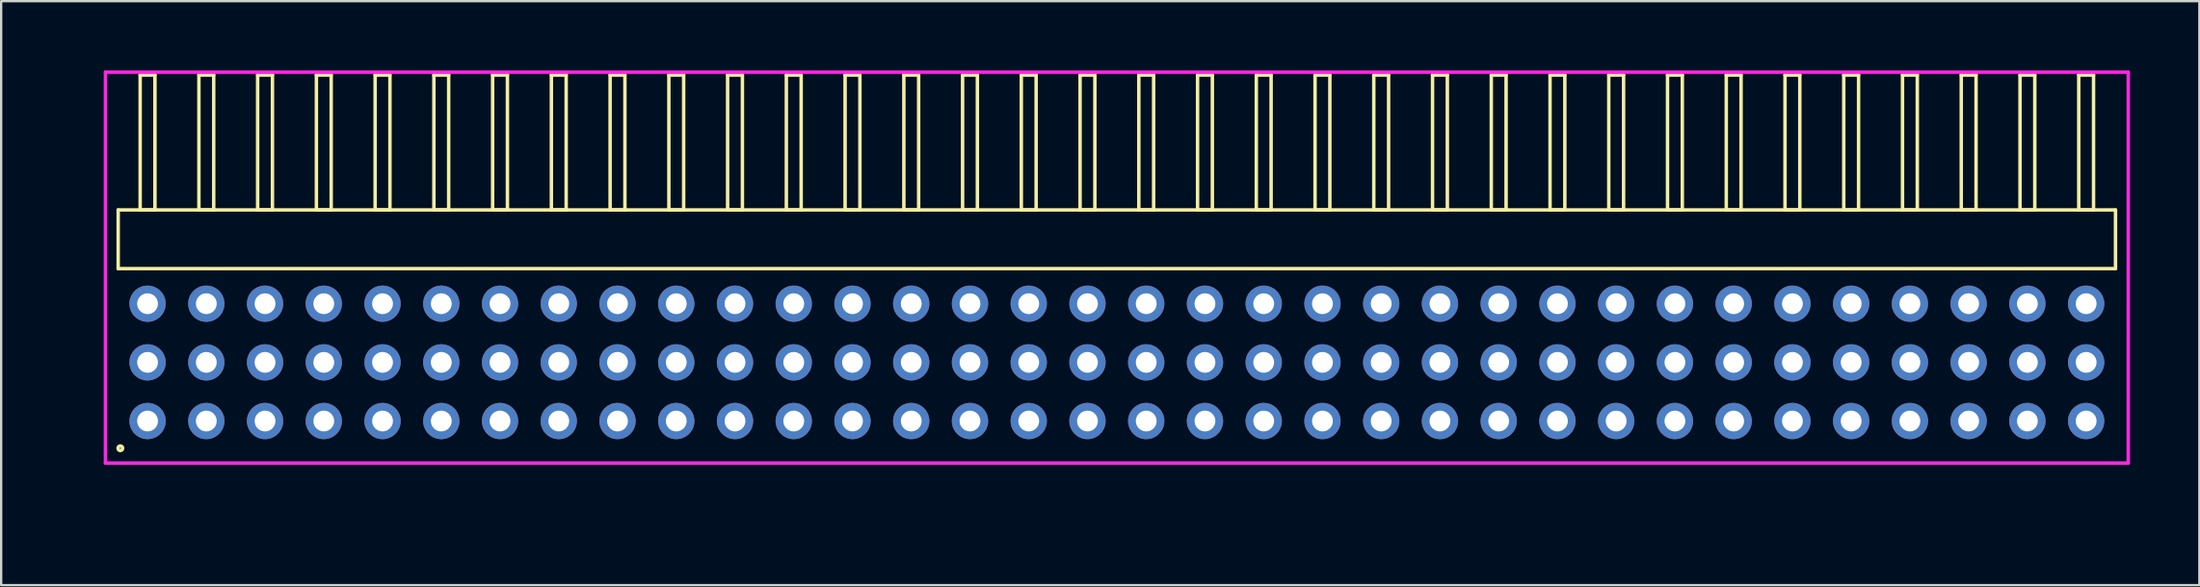
<source format=kicad_pcb>
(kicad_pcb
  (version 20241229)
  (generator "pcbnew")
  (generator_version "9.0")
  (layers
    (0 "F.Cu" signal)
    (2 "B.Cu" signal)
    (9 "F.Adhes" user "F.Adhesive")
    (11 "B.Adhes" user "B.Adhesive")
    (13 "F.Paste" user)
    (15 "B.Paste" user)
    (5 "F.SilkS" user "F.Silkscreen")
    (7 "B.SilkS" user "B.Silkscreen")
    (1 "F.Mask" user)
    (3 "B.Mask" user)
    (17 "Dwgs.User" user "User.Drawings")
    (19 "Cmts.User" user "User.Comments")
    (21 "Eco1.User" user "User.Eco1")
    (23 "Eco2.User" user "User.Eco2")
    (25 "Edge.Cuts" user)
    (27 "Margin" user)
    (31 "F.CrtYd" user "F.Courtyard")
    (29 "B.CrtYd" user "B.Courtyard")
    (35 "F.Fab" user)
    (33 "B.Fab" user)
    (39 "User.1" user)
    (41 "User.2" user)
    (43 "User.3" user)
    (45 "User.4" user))
  (footprint "HDR_RA254P34x3"
    (layer "F.Cu")
    (at 45.24 12.64)
    (property "Reference" "HDR_RA254P34x3" (at -44.48 0 90) (layer "User.1") (effects (font (size 1 1) (thickness 0.1))))
    (attr through_hole)
    (fp_line (start -43.18 -6.6) (end -43.18 -4.06) (stroke (width 0.15) (type solid)) (layer "F.SilkS"))
    (fp_line (start -43.18 -4.06) (end 43.18 -4.06) (stroke (width 0.15) (type solid)) (layer "F.SilkS"))
    (fp_line (start -42.23 -12.44) (end -42.23 -6.6) (stroke (width 0.15) (type solid)) (layer "F.SilkS"))
    (fp_line (start -42.23 -6.6) (end -41.59 -6.6) (stroke (width 0.15) (type solid)) (layer "F.SilkS"))
    (fp_line (start -41.59 -12.44) (end -42.23 -12.44) (stroke (width 0.15) (type solid)) (layer "F.SilkS"))
    (fp_line (start -41.59 -6.6) (end -41.59 -12.44) (stroke (width 0.15) (type solid)) (layer "F.SilkS"))
    (fp_line (start -39.69 -12.44) (end -39.69 -6.6) (stroke (width 0.15) (type solid)) (layer "F.SilkS"))
    (fp_line (start -39.69 -6.6) (end -39.05 -6.6) (stroke (width 0.15) (type solid)) (layer "F.SilkS"))
    (fp_line (start -39.05 -12.44) (end -39.69 -12.44) (stroke (width 0.15) (type solid)) (layer "F.SilkS"))
    (fp_line (start -39.05 -6.6) (end -39.05 -12.44) (stroke (width 0.15) (type solid)) (layer "F.SilkS"))
    (fp_line (start -37.15 -12.44) (end -37.15 -6.6) (stroke (width 0.15) (type solid)) (layer "F.SilkS"))
    (fp_line (start -37.15 -6.6) (end -36.51 -6.6) (stroke (width 0.15) (type solid)) (layer "F.SilkS"))
    (fp_line (start -36.51 -12.44) (end -37.15 -12.44) (stroke (width 0.15) (type solid)) (layer "F.SilkS"))
    (fp_line (start -36.51 -6.6) (end -36.51 -12.44) (stroke (width 0.15) (type solid)) (layer "F.SilkS"))
    (fp_line (start -34.61 -12.44) (end -34.61 -6.6) (stroke (width 0.15) (type solid)) (layer "F.SilkS"))
    (fp_line (start -34.61 -6.6) (end -33.97 -6.6) (stroke (width 0.15) (type solid)) (layer "F.SilkS"))
    (fp_line (start -33.97 -12.44) (end -34.61 -12.44) (stroke (width 0.15) (type solid)) (layer "F.SilkS"))
    (fp_line (start -33.97 -6.6) (end -33.97 -12.44) (stroke (width 0.15) (type solid)) (layer "F.SilkS"))
    (fp_line (start -32.07 -12.44) (end -32.07 -6.6) (stroke (width 0.15) (type solid)) (layer "F.SilkS"))
    (fp_line (start -32.07 -6.6) (end -31.43 -6.6) (stroke (width 0.15) (type solid)) (layer "F.SilkS"))
    (fp_line (start -31.43 -12.44) (end -32.07 -12.44) (stroke (width 0.15) (type solid)) (layer "F.SilkS"))
    (fp_line (start -31.43 -6.6) (end -31.43 -12.44) (stroke (width 0.15) (type solid)) (layer "F.SilkS"))
    (fp_line (start -29.53 -12.44) (end -29.53 -6.6) (stroke (width 0.15) (type solid)) (layer "F.SilkS"))
    (fp_line (start -29.53 -6.6) (end -28.89 -6.6) (stroke (width 0.15) (type solid)) (layer "F.SilkS"))
    (fp_line (start -28.89 -12.44) (end -29.53 -12.44) (stroke (width 0.15) (type solid)) (layer "F.SilkS"))
    (fp_line (start -28.89 -6.6) (end -28.89 -12.44) (stroke (width 0.15) (type solid)) (layer "F.SilkS"))
    (fp_line (start -26.99 -12.44) (end -26.99 -6.6) (stroke (width 0.15) (type solid)) (layer "F.SilkS"))
    (fp_line (start -26.99 -6.6) (end -26.35 -6.6) (stroke (width 0.15) (type solid)) (layer "F.SilkS"))
    (fp_line (start -26.35 -12.44) (end -26.99 -12.44) (stroke (width 0.15) (type solid)) (layer "F.SilkS"))
    (fp_line (start -26.35 -6.6) (end -26.35 -12.44) (stroke (width 0.15) (type solid)) (layer "F.SilkS"))
    (fp_line (start -24.45 -12.44) (end -24.45 -6.6) (stroke (width 0.15) (type solid)) (layer "F.SilkS"))
    (fp_line (start -24.45 -6.6) (end -23.81 -6.6) (stroke (width 0.15) (type solid)) (layer "F.SilkS"))
    (fp_line (start -23.81 -12.44) (end -24.45 -12.44) (stroke (width 0.15) (type solid)) (layer "F.SilkS"))
    (fp_line (start -23.81 -6.6) (end -23.81 -12.44) (stroke (width 0.15) (type solid)) (layer "F.SilkS"))
    (fp_line (start -21.91 -12.44) (end -21.91 -6.6) (stroke (width 0.15) (type solid)) (layer "F.SilkS"))
    (fp_line (start -21.91 -6.6) (end -21.27 -6.6) (stroke (width 0.15) (type solid)) (layer "F.SilkS"))
    (fp_line (start -21.27 -12.44) (end -21.91 -12.44) (stroke (width 0.15) (type solid)) (layer "F.SilkS"))
    (fp_line (start -21.27 -6.6) (end -21.27 -12.44) (stroke (width 0.15) (type solid)) (layer "F.SilkS"))
    (fp_line (start -19.37 -12.44) (end -19.37 -6.6) (stroke (width 0.15) (type solid)) (layer "F.SilkS"))
    (fp_line (start -19.37 -6.6) (end -18.73 -6.6) (stroke (width 0.15) (type solid)) (layer "F.SilkS"))
    (fp_line (start -18.73 -12.44) (end -19.37 -12.44) (stroke (width 0.15) (type solid)) (layer "F.SilkS"))
    (fp_line (start -18.73 -6.6) (end -18.73 -12.44) (stroke (width 0.15) (type solid)) (layer "F.SilkS"))
    (fp_line (start -16.83 -12.44) (end -16.83 -6.6) (stroke (width 0.15) (type solid)) (layer "F.SilkS"))
    (fp_line (start -16.83 -6.6) (end -16.19 -6.6) (stroke (width 0.15) (type solid)) (layer "F.SilkS"))
    (fp_line (start -16.19 -12.44) (end -16.83 -12.44) (stroke (width 0.15) (type solid)) (layer "F.SilkS"))
    (fp_line (start -16.19 -6.6) (end -16.19 -12.44) (stroke (width 0.15) (type solid)) (layer "F.SilkS"))
    (fp_line (start -14.29 -12.44) (end -14.29 -6.6) (stroke (width 0.15) (type solid)) (layer "F.SilkS"))
    (fp_line (start -14.29 -6.6) (end -13.65 -6.6) (stroke (width 0.15) (type solid)) (layer "F.SilkS"))
    (fp_line (start -13.65 -12.44) (end -14.29 -12.44) (stroke (width 0.15) (type solid)) (layer "F.SilkS"))
    (fp_line (start -13.65 -6.6) (end -13.65 -12.44) (stroke (width 0.15) (type solid)) (layer "F.SilkS"))
    (fp_line (start -11.75 -12.44) (end -11.75 -6.6) (stroke (width 0.15) (type solid)) (layer "F.SilkS"))
    (fp_line (start -11.75 -6.6) (end -11.11 -6.6) (stroke (width 0.15) (type solid)) (layer "F.SilkS"))
    (fp_line (start -11.11 -12.44) (end -11.75 -12.44) (stroke (width 0.15) (type solid)) (layer "F.SilkS"))
    (fp_line (start -11.11 -6.6) (end -11.11 -12.44) (stroke (width 0.15) (type solid)) (layer "F.SilkS"))
    (fp_line (start -9.21 -12.44) (end -9.21 -6.6) (stroke (width 0.15) (type solid)) (layer "F.SilkS"))
    (fp_line (start -9.21 -6.6) (end -8.57 -6.6) (stroke (width 0.15) (type solid)) (layer "F.SilkS"))
    (fp_line (start -8.57 -12.44) (end -9.21 -12.44) (stroke (width 0.15) (type solid)) (layer "F.SilkS"))
    (fp_line (start -8.57 -6.6) (end -8.57 -12.44) (stroke (width 0.15) (type solid)) (layer "F.SilkS"))
    (fp_line (start -6.67 -12.44) (end -6.67 -6.6) (stroke (width 0.15) (type solid)) (layer "F.SilkS"))
    (fp_line (start -6.67 -6.6) (end -6.03 -6.6) (stroke (width 0.15) (type solid)) (layer "F.SilkS"))
    (fp_line (start -6.03 -12.44) (end -6.67 -12.44) (stroke (width 0.15) (type solid)) (layer "F.SilkS"))
    (fp_line (start -6.03 -6.6) (end -6.03 -12.44) (stroke (width 0.15) (type solid)) (layer "F.SilkS"))
    (fp_line (start -4.13 -12.44) (end -4.13 -6.6) (stroke (width 0.15) (type solid)) (layer "F.SilkS"))
    (fp_line (start -4.13 -6.6) (end -3.49 -6.6) (stroke (width 0.15) (type solid)) (layer "F.SilkS"))
    (fp_line (start -3.49 -12.44) (end -4.13 -12.44) (stroke (width 0.15) (type solid)) (layer "F.SilkS"))
    (fp_line (start -3.49 -6.6) (end -3.49 -12.44) (stroke (width 0.15) (type solid)) (layer "F.SilkS"))
    (fp_line (start -1.59 -12.44) (end -1.59 -6.6) (stroke (width 0.15) (type solid)) (layer "F.SilkS"))
    (fp_line (start -1.59 -6.6) (end -0.95 -6.6) (stroke (width 0.15) (type solid)) (layer "F.SilkS"))
    (fp_line (start -0.95 -12.44) (end -1.59 -12.44) (stroke (width 0.15) (type solid)) (layer "F.SilkS"))
    (fp_line (start -0.95 -6.6) (end -0.95 -12.44) (stroke (width 0.15) (type solid)) (layer "F.SilkS"))
    (fp_line (start 0.95 -12.44) (end 0.95 -6.6) (stroke (width 0.15) (type solid)) (layer "F.SilkS"))
    (fp_line (start 0.95 -6.6) (end 1.59 -6.6) (stroke (width 0.15) (type solid)) (layer "F.SilkS"))
    (fp_line (start 1.59 -12.44) (end 0.95 -12.44) (stroke (width 0.15) (type solid)) (layer "F.SilkS"))
    (fp_line (start 1.59 -6.6) (end 1.59 -12.44) (stroke (width 0.15) (type solid)) (layer "F.SilkS"))
    (fp_line (start 3.49 -12.44) (end 3.49 -6.6) (stroke (width 0.15) (type solid)) (layer "F.SilkS"))
    (fp_line (start 3.49 -6.6) (end 4.13 -6.6) (stroke (width 0.15) (type solid)) (layer "F.SilkS"))
    (fp_line (start 4.13 -12.44) (end 3.49 -12.44) (stroke (width 0.15) (type solid)) (layer "F.SilkS"))
    (fp_line (start 4.13 -6.6) (end 4.13 -12.44) (stroke (width 0.15) (type solid)) (layer "F.SilkS"))
    (fp_line (start 6.03 -12.44) (end 6.03 -6.6) (stroke (width 0.15) (type solid)) (layer "F.SilkS"))
    (fp_line (start 6.03 -6.6) (end 6.67 -6.6) (stroke (width 0.15) (type solid)) (layer "F.SilkS"))
    (fp_line (start 6.67 -12.44) (end 6.03 -12.44) (stroke (width 0.15) (type solid)) (layer "F.SilkS"))
    (fp_line (start 6.67 -6.6) (end 6.67 -12.44) (stroke (width 0.15) (type solid)) (layer "F.SilkS"))
    (fp_line (start 8.57 -12.44) (end 8.57 -6.6) (stroke (width 0.15) (type solid)) (layer "F.SilkS"))
    (fp_line (start 8.57 -6.6) (end 9.21 -6.6) (stroke (width 0.15) (type solid)) (layer "F.SilkS"))
    (fp_line (start 9.21 -12.44) (end 8.57 -12.44) (stroke (width 0.15) (type solid)) (layer "F.SilkS"))
    (fp_line (start 9.21 -6.6) (end 9.21 -12.44) (stroke (width 0.15) (type solid)) (layer "F.SilkS"))
    (fp_line (start 11.11 -12.44) (end 11.11 -6.6) (stroke (width 0.15) (type solid)) (layer "F.SilkS"))
    (fp_line (start 11.11 -6.6) (end 11.75 -6.6) (stroke (width 0.15) (type solid)) (layer "F.SilkS"))
    (fp_line (start 11.75 -12.44) (end 11.11 -12.44) (stroke (width 0.15) (type solid)) (layer "F.SilkS"))
    (fp_line (start 11.75 -6.6) (end 11.75 -12.44) (stroke (width 0.15) (type solid)) (layer "F.SilkS"))
    (fp_line (start 13.65 -12.44) (end 13.65 -6.6) (stroke (width 0.15) (type solid)) (layer "F.SilkS"))
    (fp_line (start 13.65 -6.6) (end 14.29 -6.6) (stroke (width 0.15) (type solid)) (layer "F.SilkS"))
    (fp_line (start 14.29 -12.44) (end 13.65 -12.44) (stroke (width 0.15) (type solid)) (layer "F.SilkS"))
    (fp_line (start 14.29 -6.6) (end 14.29 -12.44) (stroke (width 0.15) (type solid)) (layer "F.SilkS"))
    (fp_line (start 16.19 -12.44) (end 16.19 -6.6) (stroke (width 0.15) (type solid)) (layer "F.SilkS"))
    (fp_line (start 16.19 -6.6) (end 16.83 -6.6) (stroke (width 0.15) (type solid)) (layer "F.SilkS"))
    (fp_line (start 16.83 -12.44) (end 16.19 -12.44) (stroke (width 0.15) (type solid)) (layer "F.SilkS"))
    (fp_line (start 16.83 -6.6) (end 16.83 -12.44) (stroke (width 0.15) (type solid)) (layer "F.SilkS"))
    (fp_line (start 18.73 -12.44) (end 18.73 -6.6) (stroke (width 0.15) (type solid)) (layer "F.SilkS"))
    (fp_line (start 18.73 -6.6) (end 19.37 -6.6) (stroke (width 0.15) (type solid)) (layer "F.SilkS"))
    (fp_line (start 19.37 -12.44) (end 18.73 -12.44) (stroke (width 0.15) (type solid)) (layer "F.SilkS"))
    (fp_line (start 19.37 -6.6) (end 19.37 -12.44) (stroke (width 0.15) (type solid)) (layer "F.SilkS"))
    (fp_line (start 21.27 -12.44) (end 21.27 -6.6) (stroke (width 0.15) (type solid)) (layer "F.SilkS"))
    (fp_line (start 21.27 -6.6) (end 21.91 -6.6) (stroke (width 0.15) (type solid)) (layer "F.SilkS"))
    (fp_line (start 21.91 -12.44) (end 21.27 -12.44) (stroke (width 0.15) (type solid)) (layer "F.SilkS"))
    (fp_line (start 21.91 -6.6) (end 21.91 -12.44) (stroke (width 0.15) (type solid)) (layer "F.SilkS"))
    (fp_line (start 23.81 -12.44) (end 23.81 -6.6) (stroke (width 0.15) (type solid)) (layer "F.SilkS"))
    (fp_line (start 23.81 -6.6) (end 24.45 -6.6) (stroke (width 0.15) (type solid)) (layer "F.SilkS"))
    (fp_line (start 24.45 -12.44) (end 23.81 -12.44) (stroke (width 0.15) (type solid)) (layer "F.SilkS"))
    (fp_line (start 24.45 -6.6) (end 24.45 -12.44) (stroke (width 0.15) (type solid)) (layer "F.SilkS"))
    (fp_line (start 26.35 -12.44) (end 26.35 -6.6) (stroke (width 0.15) (type solid)) (layer "F.SilkS"))
    (fp_line (start 26.35 -6.6) (end 26.99 -6.6) (stroke (width 0.15) (type solid)) (layer "F.SilkS"))
    (fp_line (start 26.99 -12.44) (end 26.35 -12.44) (stroke (width 0.15) (type solid)) (layer "F.SilkS"))
    (fp_line (start 26.99 -6.6) (end 26.99 -12.44) (stroke (width 0.15) (type solid)) (layer "F.SilkS"))
    (fp_line (start 28.89 -12.44) (end 28.89 -6.6) (stroke (width 0.15) (type solid)) (layer "F.SilkS"))
    (fp_line (start 28.89 -6.6) (end 29.53 -6.6) (stroke (width 0.15) (type solid)) (layer "F.SilkS"))
    (fp_line (start 29.53 -12.44) (end 28.89 -12.44) (stroke (width 0.15) (type solid)) (layer "F.SilkS"))
    (fp_line (start 29.53 -6.6) (end 29.53 -12.44) (stroke (width 0.15) (type solid)) (layer "F.SilkS"))
    (fp_line (start 31.43 -12.44) (end 31.43 -6.6) (stroke (width 0.15) (type solid)) (layer "F.SilkS"))
    (fp_line (start 31.43 -6.6) (end 32.07 -6.6) (stroke (width 0.15) (type solid)) (layer "F.SilkS"))
    (fp_line (start 32.07 -12.44) (end 31.43 -12.44) (stroke (width 0.15) (type solid)) (layer "F.SilkS"))
    (fp_line (start 32.07 -6.6) (end 32.07 -12.44) (stroke (width 0.15) (type solid)) (layer "F.SilkS"))
    (fp_line (start 33.97 -12.44) (end 33.97 -6.6) (stroke (width 0.15) (type solid)) (layer "F.SilkS"))
    (fp_line (start 33.97 -6.6) (end 34.61 -6.6) (stroke (width 0.15) (type solid)) (layer "F.SilkS"))
    (fp_line (start 34.61 -12.44) (end 33.97 -12.44) (stroke (width 0.15) (type solid)) (layer "F.SilkS"))
    (fp_line (start 34.61 -6.6) (end 34.61 -12.44) (stroke (width 0.15) (type solid)) (layer "F.SilkS"))
    (fp_line (start 36.51 -12.44) (end 36.51 -6.6) (stroke (width 0.15) (type solid)) (layer "F.SilkS"))
    (fp_line (start 36.51 -6.6) (end 37.15 -6.6) (stroke (width 0.15) (type solid)) (layer "F.SilkS"))
    (fp_line (start 37.15 -12.44) (end 36.51 -12.44) (stroke (width 0.15) (type solid)) (layer "F.SilkS"))
    (fp_line (start 37.15 -6.6) (end 37.15 -12.44) (stroke (width 0.15) (type solid)) (layer "F.SilkS"))
    (fp_line (start 39.05 -12.44) (end 39.05 -6.6) (stroke (width 0.15) (type solid)) (layer "F.SilkS"))
    (fp_line (start 39.05 -6.6) (end 39.69 -6.6) (stroke (width 0.15) (type solid)) (layer "F.SilkS"))
    (fp_line (start 39.69 -12.44) (end 39.05 -12.44) (stroke (width 0.15) (type solid)) (layer "F.SilkS"))
    (fp_line (start 39.69 -6.6) (end 39.69 -12.44) (stroke (width 0.15) (type solid)) (layer "F.SilkS"))
    (fp_line (start 41.59 -12.44) (end 41.59 -6.6) (stroke (width 0.15) (type solid)) (layer "F.SilkS"))
    (fp_line (start 41.59 -6.6) (end 42.23 -6.6) (stroke (width 0.15) (type solid)) (layer "F.SilkS"))
    (fp_line (start 42.23 -12.44) (end 41.59 -12.44) (stroke (width 0.15) (type solid)) (layer "F.SilkS"))
    (fp_line (start 42.23 -6.6) (end 42.23 -12.44) (stroke (width 0.15) (type solid)) (layer "F.SilkS"))
    (fp_line (start 43.18 -6.6) (end -43.18 -6.6) (stroke (width 0.15) (type solid)) (layer "F.SilkS"))
    (fp_line (start 43.18 -4.06) (end 43.18 -6.6) (stroke (width 0.15) (type solid)) (layer "F.SilkS"))
    (fp_circle (center -43.087 3.718) (end -42.987 3.718) (stroke (width 0.15) (type solid)) (fill no) (layer "F.SilkS"))
    (fp_line (start -43.73 -12.565) (end -43.73 4.36) (stroke (width 0.15) (type solid)) (layer "F.CrtYd"))
    (fp_line (start -43.73 4.36) (end 43.73 4.36) (stroke (width 0.15) (type solid)) (layer "F.CrtYd"))
    (fp_line (start 43.73 -12.565) (end -43.73 -12.565) (stroke (width 0.15) (type solid)) (layer "F.CrtYd"))
    (fp_line (start 43.73 4.36) (end 43.73 -12.565) (stroke (width 0.15) (type solid)) (layer "F.CrtYd"))
    (pad "1" thru_hole oval (at -41.91 2.54) (size 1.57 1.57) (drill 0.9) (layers "*.Cu" "*.Mask"))
    (pad "2" thru_hole oval (at -41.91 0) (size 1.57 1.57) (drill 0.9) (layers "*.Cu" "*.Mask"))
    (pad "3" thru_hole oval (at -41.91 -2.54) (size 1.57 1.57) (drill 0.9) (layers "*.Cu" "*.Mask"))
    (pad "4" thru_hole oval (at -39.37 2.54) (size 1.57 1.57) (drill 0.9) (layers "*.Cu" "*.Mask"))
    (pad "5" thru_hole oval (at -39.37 0) (size 1.57 1.57) (drill 0.9) (layers "*.Cu" "*.Mask"))
    (pad "6" thru_hole oval (at -39.37 -2.54) (size 1.57 1.57) (drill 0.9) (layers "*.Cu" "*.Mask"))
    (pad "7" thru_hole oval (at -36.83 2.54) (size 1.57 1.57) (drill 0.9) (layers "*.Cu" "*.Mask"))
    (pad "8" thru_hole oval (at -36.83 0) (size 1.57 1.57) (drill 0.9) (layers "*.Cu" "*.Mask"))
    (pad "9" thru_hole oval (at -36.83 -2.54) (size 1.57 1.57) (drill 0.9) (layers "*.Cu" "*.Mask"))
    (pad "10" thru_hole oval (at -34.29 2.54) (size 1.57 1.57) (drill 0.9) (layers "*.Cu" "*.Mask"))
    (pad "11" thru_hole oval (at -34.29 0) (size 1.57 1.57) (drill 0.9) (layers "*.Cu" "*.Mask"))
    (pad "12" thru_hole oval (at -34.29 -2.54) (size 1.57 1.57) (drill 0.9) (layers "*.Cu" "*.Mask"))
    (pad "13" thru_hole oval (at -31.75 2.54) (size 1.57 1.57) (drill 0.9) (layers "*.Cu" "*.Mask"))
    (pad "14" thru_hole oval (at -31.75 0) (size 1.57 1.57) (drill 0.9) (layers "*.Cu" "*.Mask"))
    (pad "15" thru_hole oval (at -31.75 -2.54) (size 1.57 1.57) (drill 0.9) (layers "*.Cu" "*.Mask"))
    (pad "16" thru_hole oval (at -29.21 2.54) (size 1.57 1.57) (drill 0.9) (layers "*.Cu" "*.Mask"))
    (pad "17" thru_hole oval (at -29.21 0) (size 1.57 1.57) (drill 0.9) (layers "*.Cu" "*.Mask"))
    (pad "18" thru_hole oval (at -29.21 -2.54) (size 1.57 1.57) (drill 0.9) (layers "*.Cu" "*.Mask"))
    (pad "19" thru_hole oval (at -26.67 2.54) (size 1.57 1.57) (drill 0.9) (layers "*.Cu" "*.Mask"))
    (pad "20" thru_hole oval (at -26.67 0) (size 1.57 1.57) (drill 0.9) (layers "*.Cu" "*.Mask"))
    (pad "21" thru_hole oval (at -26.67 -2.54) (size 1.57 1.57) (drill 0.9) (layers "*.Cu" "*.Mask"))
    (pad "22" thru_hole oval (at -24.13 2.54) (size 1.57 1.57) (drill 0.9) (layers "*.Cu" "*.Mask"))
    (pad "23" thru_hole oval (at -24.13 0) (size 1.57 1.57) (drill 0.9) (layers "*.Cu" "*.Mask"))
    (pad "24" thru_hole oval (at -24.13 -2.54) (size 1.57 1.57) (drill 0.9) (layers "*.Cu" "*.Mask"))
    (pad "25" thru_hole oval (at -21.59 2.54) (size 1.57 1.57) (drill 0.9) (layers "*.Cu" "*.Mask"))
    (pad "26" thru_hole oval (at -21.59 0) (size 1.57 1.57) (drill 0.9) (layers "*.Cu" "*.Mask"))
    (pad "27" thru_hole oval (at -21.59 -2.54) (size 1.57 1.57) (drill 0.9) (layers "*.Cu" "*.Mask"))
    (pad "28" thru_hole oval (at -19.05 2.54) (size 1.57 1.57) (drill 0.9) (layers "*.Cu" "*.Mask"))
    (pad "29" thru_hole oval (at -19.05 0) (size 1.57 1.57) (drill 0.9) (layers "*.Cu" "*.Mask"))
    (pad "30" thru_hole oval (at -19.05 -2.54) (size 1.57 1.57) (drill 0.9) (layers "*.Cu" "*.Mask"))
    (pad "31" thru_hole oval (at -16.51 2.54) (size 1.57 1.57) (drill 0.9) (layers "*.Cu" "*.Mask"))
    (pad "32" thru_hole oval (at -16.51 0) (size 1.57 1.57) (drill 0.9) (layers "*.Cu" "*.Mask"))
    (pad "33" thru_hole oval (at -16.51 -2.54) (size 1.57 1.57) (drill 0.9) (layers "*.Cu" "*.Mask"))
    (pad "34" thru_hole oval (at -13.97 2.54) (size 1.57 1.57) (drill 0.9) (layers "*.Cu" "*.Mask"))
    (pad "35" thru_hole oval (at -13.97 0) (size 1.57 1.57) (drill 0.9) (layers "*.Cu" "*.Mask"))
    (pad "36" thru_hole oval (at -13.97 -2.54) (size 1.57 1.57) (drill 0.9) (layers "*.Cu" "*.Mask"))
    (pad "37" thru_hole oval (at -11.43 2.54) (size 1.57 1.57) (drill 0.9) (layers "*.Cu" "*.Mask"))
    (pad "38" thru_hole oval (at -11.43 0) (size 1.57 1.57) (drill 0.9) (layers "*.Cu" "*.Mask"))
    (pad "39" thru_hole oval (at -11.43 -2.54) (size 1.57 1.57) (drill 0.9) (layers "*.Cu" "*.Mask"))
    (pad "40" thru_hole oval (at -8.89 2.54) (size 1.57 1.57) (drill 0.9) (layers "*.Cu" "*.Mask"))
    (pad "41" thru_hole oval (at -8.89 0) (size 1.57 1.57) (drill 0.9) (layers "*.Cu" "*.Mask"))
    (pad "42" thru_hole oval (at -8.89 -2.54) (size 1.57 1.57) (drill 0.9) (layers "*.Cu" "*.Mask"))
    (pad "43" thru_hole oval (at -6.35 2.54) (size 1.57 1.57) (drill 0.9) (layers "*.Cu" "*.Mask"))
    (pad "44" thru_hole oval (at -6.35 0) (size 1.57 1.57) (drill 0.9) (layers "*.Cu" "*.Mask"))
    (pad "45" thru_hole oval (at -6.35 -2.54) (size 1.57 1.57) (drill 0.9) (layers "*.Cu" "*.Mask"))
    (pad "46" thru_hole oval (at -3.81 2.54) (size 1.57 1.57) (drill 0.9) (layers "*.Cu" "*.Mask"))
    (pad "47" thru_hole oval (at -3.81 0) (size 1.57 1.57) (drill 0.9) (layers "*.Cu" "*.Mask"))
    (pad "48" thru_hole oval (at -3.81 -2.54) (size 1.57 1.57) (drill 0.9) (layers "*.Cu" "*.Mask"))
    (pad "49" thru_hole oval (at -1.27 2.54) (size 1.57 1.57) (drill 0.9) (layers "*.Cu" "*.Mask"))
    (pad "50" thru_hole oval (at -1.27 0) (size 1.57 1.57) (drill 0.9) (layers "*.Cu" "*.Mask"))
    (pad "51" thru_hole oval (at -1.27 -2.54) (size 1.57 1.57) (drill 0.9) (layers "*.Cu" "*.Mask"))
    (pad "52" thru_hole oval (at 1.27 2.54) (size 1.57 1.57) (drill 0.9) (layers "*.Cu" "*.Mask"))
    (pad "53" thru_hole oval (at 1.27 0) (size 1.57 1.57) (drill 0.9) (layers "*.Cu" "*.Mask"))
    (pad "54" thru_hole oval (at 1.27 -2.54) (size 1.57 1.57) (drill 0.9) (layers "*.Cu" "*.Mask"))
    (pad "55" thru_hole oval (at 3.81 2.54) (size 1.57 1.57) (drill 0.9) (layers "*.Cu" "*.Mask"))
    (pad "56" thru_hole oval (at 3.81 0) (size 1.57 1.57) (drill 0.9) (layers "*.Cu" "*.Mask"))
    (pad "57" thru_hole oval (at 3.81 -2.54) (size 1.57 1.57) (drill 0.9) (layers "*.Cu" "*.Mask"))
    (pad "58" thru_hole oval (at 6.35 2.54) (size 1.57 1.57) (drill 0.9) (layers "*.Cu" "*.Mask"))
    (pad "59" thru_hole oval (at 6.35 0) (size 1.57 1.57) (drill 0.9) (layers "*.Cu" "*.Mask"))
    (pad "60" thru_hole oval (at 6.35 -2.54) (size 1.57 1.57) (drill 0.9) (layers "*.Cu" "*.Mask"))
    (pad "61" thru_hole oval (at 8.89 2.54) (size 1.57 1.57) (drill 0.9) (layers "*.Cu" "*.Mask"))
    (pad "62" thru_hole oval (at 8.89 0) (size 1.57 1.57) (drill 0.9) (layers "*.Cu" "*.Mask"))
    (pad "63" thru_hole oval (at 8.89 -2.54) (size 1.57 1.57) (drill 0.9) (layers "*.Cu" "*.Mask"))
    (pad "64" thru_hole oval (at 11.43 2.54) (size 1.57 1.57) (drill 0.9) (layers "*.Cu" "*.Mask"))
    (pad "65" thru_hole oval (at 11.43 0) (size 1.57 1.57) (drill 0.9) (layers "*.Cu" "*.Mask"))
    (pad "66" thru_hole oval (at 11.43 -2.54) (size 1.57 1.57) (drill 0.9) (layers "*.Cu" "*.Mask"))
    (pad "67" thru_hole oval (at 13.97 2.54) (size 1.57 1.57) (drill 0.9) (layers "*.Cu" "*.Mask"))
    (pad "68" thru_hole oval (at 13.97 0) (size 1.57 1.57) (drill 0.9) (layers "*.Cu" "*.Mask"))
    (pad "69" thru_hole oval (at 13.97 -2.54) (size 1.57 1.57) (drill 0.9) (layers "*.Cu" "*.Mask"))
    (pad "70" thru_hole oval (at 16.51 2.54) (size 1.57 1.57) (drill 0.9) (layers "*.Cu" "*.Mask"))
    (pad "71" thru_hole oval (at 16.51 0) (size 1.57 1.57) (drill 0.9) (layers "*.Cu" "*.Mask"))
    (pad "72" thru_hole oval (at 16.51 -2.54) (size 1.57 1.57) (drill 0.9) (layers "*.Cu" "*.Mask"))
    (pad "73" thru_hole oval (at 19.05 2.54) (size 1.57 1.57) (drill 0.9) (layers "*.Cu" "*.Mask"))
    (pad "74" thru_hole oval (at 19.05 0) (size 1.57 1.57) (drill 0.9) (layers "*.Cu" "*.Mask"))
    (pad "75" thru_hole oval (at 19.05 -2.54) (size 1.57 1.57) (drill 0.9) (layers "*.Cu" "*.Mask"))
    (pad "76" thru_hole oval (at 21.59 2.54) (size 1.57 1.57) (drill 0.9) (layers "*.Cu" "*.Mask"))
    (pad "77" thru_hole oval (at 21.59 0) (size 1.57 1.57) (drill 0.9) (layers "*.Cu" "*.Mask"))
    (pad "78" thru_hole oval (at 21.59 -2.54) (size 1.57 1.57) (drill 0.9) (layers "*.Cu" "*.Mask"))
    (pad "79" thru_hole oval (at 24.13 2.54) (size 1.57 1.57) (drill 0.9) (layers "*.Cu" "*.Mask"))
    (pad "80" thru_hole oval (at 24.13 0) (size 1.57 1.57) (drill 0.9) (layers "*.Cu" "*.Mask"))
    (pad "81" thru_hole oval (at 24.13 -2.54) (size 1.57 1.57) (drill 0.9) (layers "*.Cu" "*.Mask"))
    (pad "82" thru_hole oval (at 26.67 2.54) (size 1.57 1.57) (drill 0.9) (layers "*.Cu" "*.Mask"))
    (pad "83" thru_hole oval (at 26.67 0) (size 1.57 1.57) (drill 0.9) (layers "*.Cu" "*.Mask"))
    (pad "84" thru_hole oval (at 26.67 -2.54) (size 1.57 1.57) (drill 0.9) (layers "*.Cu" "*.Mask"))
    (pad "85" thru_hole oval (at 29.21 2.54) (size 1.57 1.57) (drill 0.9) (layers "*.Cu" "*.Mask"))
    (pad "86" thru_hole oval (at 29.21 0) (size 1.57 1.57) (drill 0.9) (layers "*.Cu" "*.Mask"))
    (pad "87" thru_hole oval (at 29.21 -2.54) (size 1.57 1.57) (drill 0.9) (layers "*.Cu" "*.Mask"))
    (pad "88" thru_hole oval (at 31.75 2.54) (size 1.57 1.57) (drill 0.9) (layers "*.Cu" "*.Mask"))
    (pad "89" thru_hole oval (at 31.75 0) (size 1.57 1.57) (drill 0.9) (layers "*.Cu" "*.Mask"))
    (pad "90" thru_hole oval (at 31.75 -2.54) (size 1.57 1.57) (drill 0.9) (layers "*.Cu" "*.Mask"))
    (pad "91" thru_hole oval (at 34.29 2.54) (size 1.57 1.57) (drill 0.9) (layers "*.Cu" "*.Mask"))
    (pad "92" thru_hole oval (at 34.29 0) (size 1.57 1.57) (drill 0.9) (layers "*.Cu" "*.Mask"))
    (pad "93" thru_hole oval (at 34.29 -2.54) (size 1.57 1.57) (drill 0.9) (layers "*.Cu" "*.Mask"))
    (pad "94" thru_hole oval (at 36.83 2.54) (size 1.57 1.57) (drill 0.9) (layers "*.Cu" "*.Mask"))
    (pad "95" thru_hole oval (at 36.83 0) (size 1.57 1.57) (drill 0.9) (layers "*.Cu" "*.Mask"))
    (pad "96" thru_hole oval (at 36.83 -2.54) (size 1.57 1.57) (drill 0.9) (layers "*.Cu" "*.Mask"))
    (pad "97" thru_hole oval (at 39.37 2.54) (size 1.57 1.57) (drill 0.9) (layers "*.Cu" "*.Mask"))
    (pad "98" thru_hole oval (at 39.37 0) (size 1.57 1.57) (drill 0.9) (layers "*.Cu" "*.Mask"))
    (pad "99" thru_hole oval (at 39.37 -2.54) (size 1.57 1.57) (drill 0.9) (layers "*.Cu" "*.Mask"))
    (pad "100" thru_hole oval (at 41.91 2.54) (size 1.57 1.57) (drill 0.9) (layers "*.Cu" "*.Mask"))
    (pad "101" thru_hole oval (at 41.91 0) (size 1.57 1.57) (drill 0.9) (layers "*.Cu" "*.Mask"))
    (pad "102" thru_hole oval (at 41.91 -2.54) (size 1.57 1.57) (drill 0.9) (layers "*.Cu" "*.Mask")))
  (gr_rect
    (start -3 -3)
    (end 92.046 22.285)
    (stroke (width 0.1) (type default))
    (fill no)
    (layer "Edge.Cuts")))
</source>
